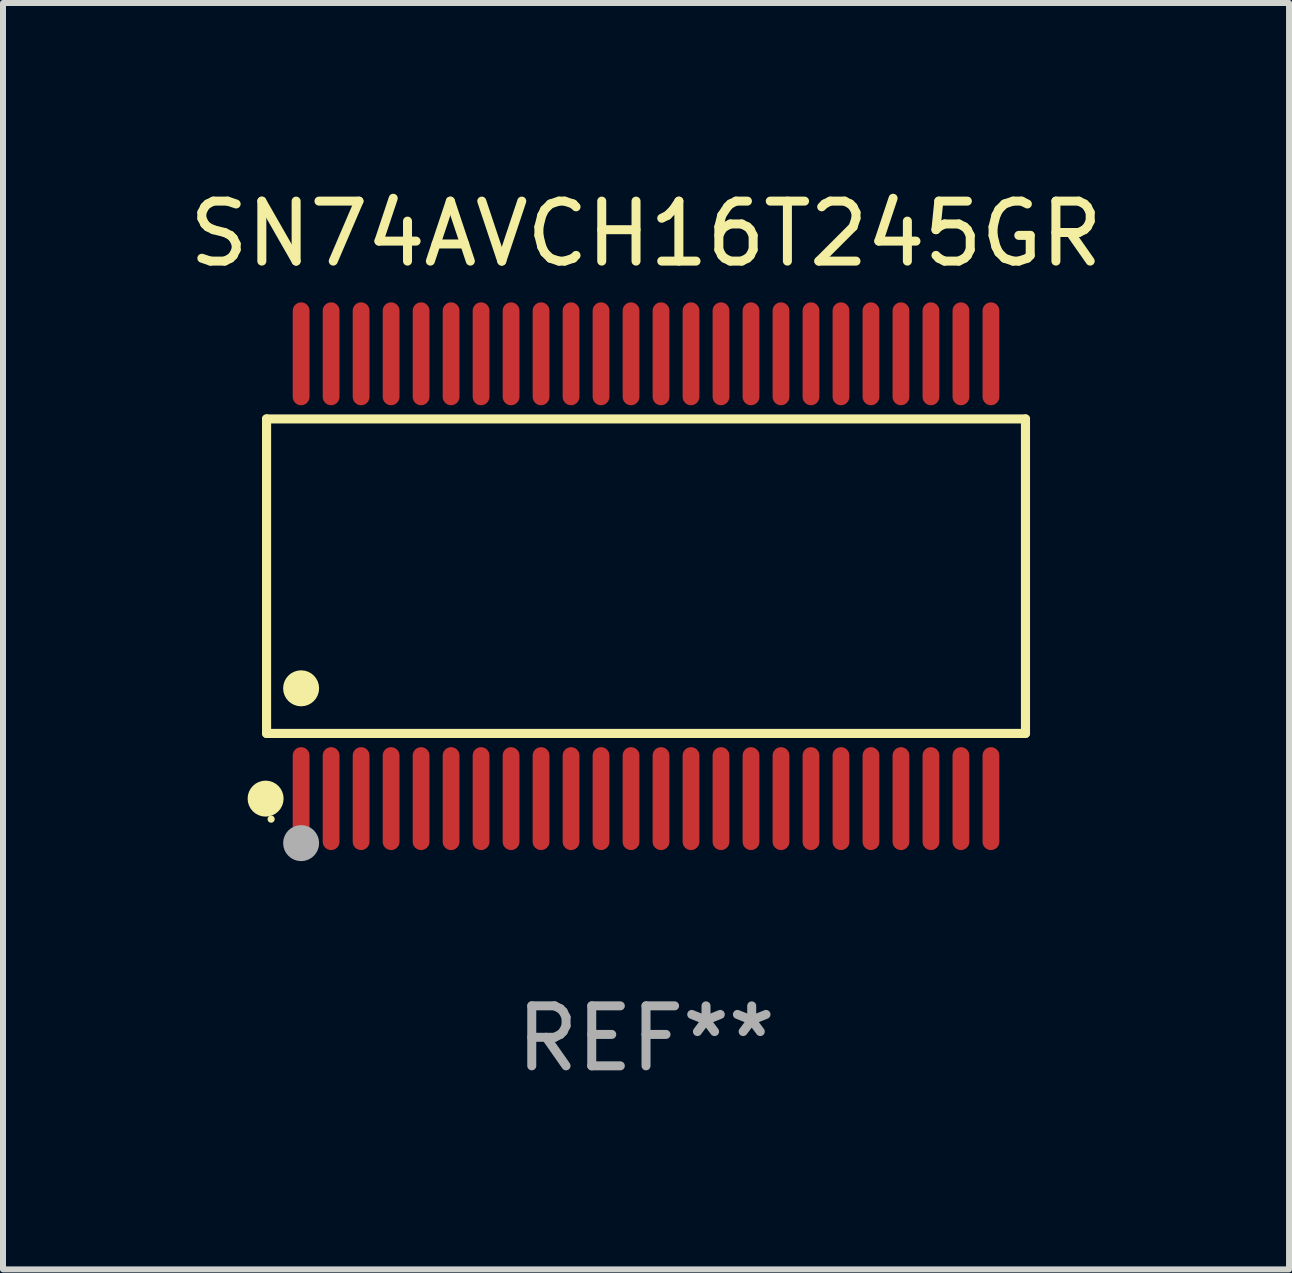
<source format=kicad_pcb>
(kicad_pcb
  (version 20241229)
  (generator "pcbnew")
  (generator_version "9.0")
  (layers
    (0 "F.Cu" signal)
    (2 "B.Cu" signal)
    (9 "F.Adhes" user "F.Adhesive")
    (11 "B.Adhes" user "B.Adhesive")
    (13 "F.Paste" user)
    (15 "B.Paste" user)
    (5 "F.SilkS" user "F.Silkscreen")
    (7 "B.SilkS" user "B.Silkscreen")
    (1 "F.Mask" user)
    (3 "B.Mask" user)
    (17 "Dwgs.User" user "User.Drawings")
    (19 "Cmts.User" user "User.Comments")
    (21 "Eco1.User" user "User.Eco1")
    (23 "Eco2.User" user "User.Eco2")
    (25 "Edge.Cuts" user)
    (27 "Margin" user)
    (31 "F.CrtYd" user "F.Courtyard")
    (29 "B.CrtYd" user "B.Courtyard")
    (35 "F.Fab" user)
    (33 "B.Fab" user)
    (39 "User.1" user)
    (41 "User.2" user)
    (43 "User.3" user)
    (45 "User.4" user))
  (footprint "SN74AVCH16T245GR"
    (layer "F.Cu")
    (at 7.72 6.556)
    (property "Reference" "SN74AVCH16T245GR" (at 0 -5.708 0) (layer "F.SilkS") (effects (font (size 1 1) (thickness 0.15))))
    (attr through_hole)
    (fp_line (start -6.326 -2.622) (end 6.326 -2.622) (stroke (width 0.152) (type solid)) (layer "F.SilkS"))
    (fp_line (start -6.326 2.621) (end -6.326 -2.622) (stroke (width 0.152) (type solid)) (layer "F.SilkS"))
    (fp_line (start 6.326 -2.622) (end 6.326 2.621) (stroke (width 0.152) (type solid)) (layer "F.SilkS"))
    (fp_line (start 6.326 2.621) (end -6.326 2.621) (stroke (width 0.152) (type solid)) (layer "F.SilkS"))
    (fp_circle (center -6.342 3.708) (end -6.192 3.708) (stroke (width 0.3) (type solid)) (fill no) (layer "F.SilkS"))
    (fp_circle (center -6.25 4.05) (end -6.22 4.05) (stroke (width 0.06) (type solid)) (fill no) (layer "F.SilkS"))
    (fp_circle (center -5.75 1.869) (end -5.6 1.869) (stroke (width 0.3) (type solid)) (fill no) (layer "F.SilkS"))
    (fp_circle (center -5.75 4.45) (end -5.6 4.45) (stroke (width 0.3) (type solid)) (fill no) (layer "F.Fab"))
    (fp_text user "REF**" (at 0 7.708 0) (layer "F.Fab") (effects (font (size 1 1) (thickness 0.15))))
    (pad "1" smd oval (at -5.75 3.708) (size 0.28 1.715) (layers "F.Cu" "F.Mask" "F.Paste"))
    (pad "2" smd oval (at -5.25 3.708) (size 0.28 1.715) (layers "F.Cu" "F.Mask" "F.Paste"))
    (pad "3" smd oval (at -4.75 3.708) (size 0.28 1.715) (layers "F.Cu" "F.Mask" "F.Paste"))
    (pad "4" smd oval (at -4.25 3.708) (size 0.28 1.715) (layers "F.Cu" "F.Mask" "F.Paste"))
    (pad "5" smd oval (at -3.75 3.708) (size 0.28 1.715) (layers "F.Cu" "F.Mask" "F.Paste"))
    (pad "6" smd oval (at -3.25 3.708) (size 0.28 1.715) (layers "F.Cu" "F.Mask" "F.Paste"))
    (pad "7" smd oval (at -2.75 3.708) (size 0.28 1.715) (layers "F.Cu" "F.Mask" "F.Paste"))
    (pad "8" smd oval (at -2.25 3.708) (size 0.28 1.715) (layers "F.Cu" "F.Mask" "F.Paste"))
    (pad "9" smd oval (at -1.75 3.708) (size 0.28 1.715) (layers "F.Cu" "F.Mask" "F.Paste"))
    (pad "10" smd oval (at -1.25 3.708) (size 0.28 1.715) (layers "F.Cu" "F.Mask" "F.Paste"))
    (pad "11" smd oval (at -0.75 3.708) (size 0.28 1.715) (layers "F.Cu" "F.Mask" "F.Paste"))
    (pad "12" smd oval (at -0.25 3.708) (size 0.28 1.715) (layers "F.Cu" "F.Mask" "F.Paste"))
    (pad "13" smd oval (at 0.25 3.708) (size 0.28 1.715) (layers "F.Cu" "F.Mask" "F.Paste"))
    (pad "14" smd oval (at 0.75 3.708) (size 0.28 1.715) (layers "F.Cu" "F.Mask" "F.Paste"))
    (pad "15" smd oval (at 1.25 3.708) (size 0.28 1.715) (layers "F.Cu" "F.Mask" "F.Paste"))
    (pad "16" smd oval (at 1.75 3.708) (size 0.28 1.715) (layers "F.Cu" "F.Mask" "F.Paste"))
    (pad "17" smd oval (at 2.25 3.708) (size 0.28 1.715) (layers "F.Cu" "F.Mask" "F.Paste"))
    (pad "18" smd oval (at 2.75 3.708) (size 0.28 1.715) (layers "F.Cu" "F.Mask" "F.Paste"))
    (pad "19" smd oval (at 3.25 3.708) (size 0.28 1.715) (layers "F.Cu" "F.Mask" "F.Paste"))
    (pad "20" smd oval (at 3.75 3.708) (size 0.28 1.715) (layers "F.Cu" "F.Mask" "F.Paste"))
    (pad "21" smd oval (at 4.25 3.708) (size 0.28 1.715) (layers "F.Cu" "F.Mask" "F.Paste"))
    (pad "22" smd oval (at 4.75 3.708) (size 0.28 1.715) (layers "F.Cu" "F.Mask" "F.Paste"))
    (pad "23" smd oval (at 5.25 3.708) (size 0.28 1.715) (layers "F.Cu" "F.Mask" "F.Paste"))
    (pad "24" smd oval (at 5.75 3.708) (size 0.28 1.715) (layers "F.Cu" "F.Mask" "F.Paste"))
    (pad "25" smd oval (at 5.75 -3.708) (size 0.28 1.715) (layers "F.Cu" "F.Mask" "F.Paste"))
    (pad "26" smd oval (at 5.25 -3.708) (size 0.28 1.715) (layers "F.Cu" "F.Mask" "F.Paste"))
    (pad "27" smd oval (at 4.75 -3.708) (size 0.28 1.715) (layers "F.Cu" "F.Mask" "F.Paste"))
    (pad "28" smd oval (at 4.25 -3.708) (size 0.28 1.715) (layers "F.Cu" "F.Mask" "F.Paste"))
    (pad "29" smd oval (at 3.75 -3.708) (size 0.28 1.715) (layers "F.Cu" "F.Mask" "F.Paste"))
    (pad "30" smd oval (at 3.25 -3.708) (size 0.28 1.715) (layers "F.Cu" "F.Mask" "F.Paste"))
    (pad "31" smd oval (at 2.75 -3.708) (size 0.28 1.715) (layers "F.Cu" "F.Mask" "F.Paste"))
    (pad "32" smd oval (at 2.25 -3.708) (size 0.28 1.715) (layers "F.Cu" "F.Mask" "F.Paste"))
    (pad "33" smd oval (at 1.75 -3.708) (size 0.28 1.715) (layers "F.Cu" "F.Mask" "F.Paste"))
    (pad "34" smd oval (at 1.25 -3.708) (size 0.28 1.715) (layers "F.Cu" "F.Mask" "F.Paste"))
    (pad "35" smd oval (at 0.75 -3.708) (size 0.28 1.715) (layers "F.Cu" "F.Mask" "F.Paste"))
    (pad "36" smd oval (at 0.25 -3.708) (size 0.28 1.715) (layers "F.Cu" "F.Mask" "F.Paste"))
    (pad "37" smd oval (at -0.25 -3.708) (size 0.28 1.715) (layers "F.Cu" "F.Mask" "F.Paste"))
    (pad "38" smd oval (at -0.75 -3.708) (size 0.28 1.715) (layers "F.Cu" "F.Mask" "F.Paste"))
    (pad "39" smd oval (at -1.25 -3.708) (size 0.28 1.715) (layers "F.Cu" "F.Mask" "F.Paste"))
    (pad "40" smd oval (at -1.75 -3.708) (size 0.28 1.715) (layers "F.Cu" "F.Mask" "F.Paste"))
    (pad "41" smd oval (at -2.25 -3.708) (size 0.28 1.715) (layers "F.Cu" "F.Mask" "F.Paste"))
    (pad "42" smd oval (at -2.75 -3.708) (size 0.28 1.715) (layers "F.Cu" "F.Mask" "F.Paste"))
    (pad "43" smd oval (at -3.25 -3.708) (size 0.28 1.715) (layers "F.Cu" "F.Mask" "F.Paste"))
    (pad "44" smd oval (at -3.75 -3.708) (size 0.28 1.715) (layers "F.Cu" "F.Mask" "F.Paste"))
    (pad "45" smd oval (at -4.25 -3.708) (size 0.28 1.715) (layers "F.Cu" "F.Mask" "F.Paste"))
    (pad "46" smd oval (at -4.75 -3.708) (size 0.28 1.715) (layers "F.Cu" "F.Mask" "F.Paste"))
    (pad "47" smd oval (at -5.25 -3.708) (size 0.28 1.715) (layers "F.Cu" "F.Mask" "F.Paste"))
    (pad "48" smd oval (at -5.75 -3.708) (size 0.28 1.715) (layers "F.Cu" "F.Mask" "F.Paste")))
  (gr_rect
    (start -3 -3)
    (end 18.44 18.112)
    (stroke (width 0.1) (type default))
    (fill no)
    (layer "Edge.Cuts")))
</source>
